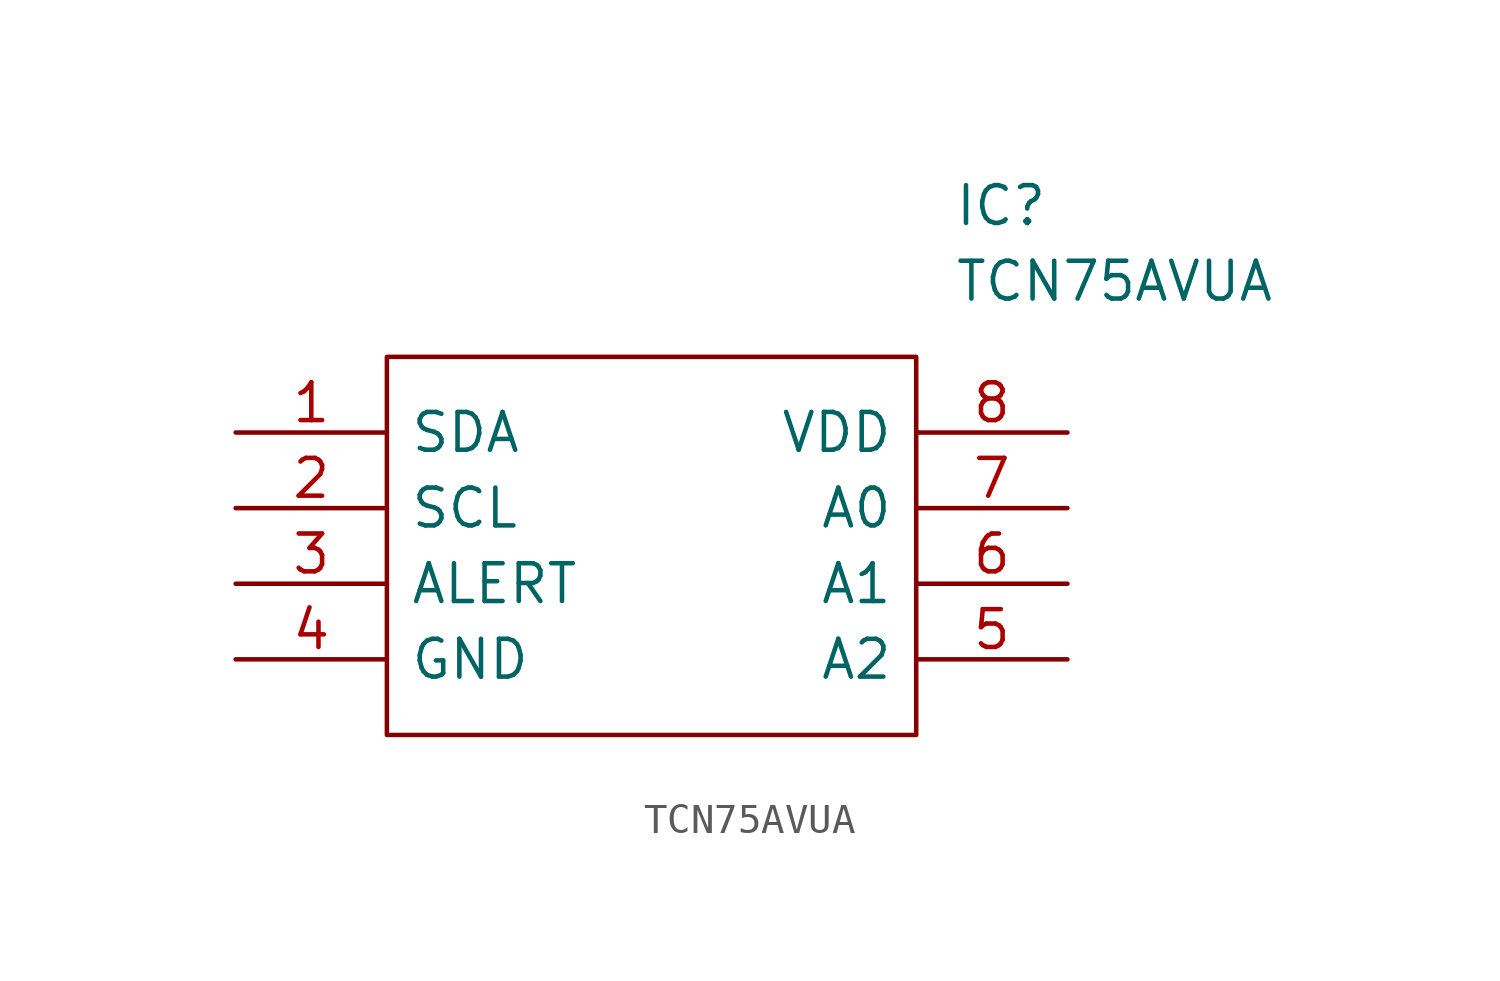
<source format=kicad_sym>
(kicad_symbol_lib
  (version 20211014)
  (generator kicad_symbol_editor)
  (symbol "TCN75AVUA"
    (pin_names
      (offset 0.762))
    (property "Reference" "IC"
      (at 24.13 7.62 0)
      (effects (font (size 1.27 1.27)) (justify left)))
    (property "Value" "TCN75AVUA"
      (at 24.13 5.08 0)
      (effects (font (size 1.27 1.27)) (justify left)))
    (symbol "TCN75AVUA_0_0"
      (pin passive line (at 0 0 0) (length 5.08) (name "SDA" (effects (font (size 1.27 1.27)))) (number "1" (effects (font (size 1.27 1.27)))))
      (pin passive line (at 0 -2.54 0) (length 5.08) (name "SCL" (effects (font (size 1.27 1.27)))) (number "2" (effects (font (size 1.27 1.27)))))
      (pin passive line (at 0 -5.08 0) (length 5.08) (name "ALERT" (effects (font (size 1.27 1.27)))) (number "3" (effects (font (size 1.27 1.27)))))
      (pin passive line (at 0 -7.62 0) (length 5.08) (name "GND" (effects (font (size 1.27 1.27)))) (number "4" (effects (font (size 1.27 1.27)))))
      (pin passive line (at 27.94 -7.62 180) (length 5.08) (name "A2" (effects (font (size 1.27 1.27)))) (number "5" (effects (font (size 1.27 1.27)))))
      (pin passive line (at 27.94 -5.08 180) (length 5.08) (name "A1" (effects (font (size 1.27 1.27)))) (number "6" (effects (font (size 1.27 1.27)))))
      (pin passive line (at 27.94 -2.54 180) (length 5.08) (name "A0" (effects (font (size 1.27 1.27)))) (number "7" (effects (font (size 1.27 1.27)))))
      (pin passive line (at 27.94 0 180) (length 5.08) (name "VDD" (effects (font (size 1.27 1.27)))) (number "8" (effects (font (size 1.27 1.27))))))
    (symbol "TCN75AVUA_0_1"
      (polyline (pts (xy 5.08 2.54) (xy 22.86 2.54) (xy 22.86 -10.16) (xy 5.08 -10.16) (xy 5.08 2.54)) (stroke (width 0.152) (type default) (color 0 0 0 0)) (fill (type none))))))
</source>
